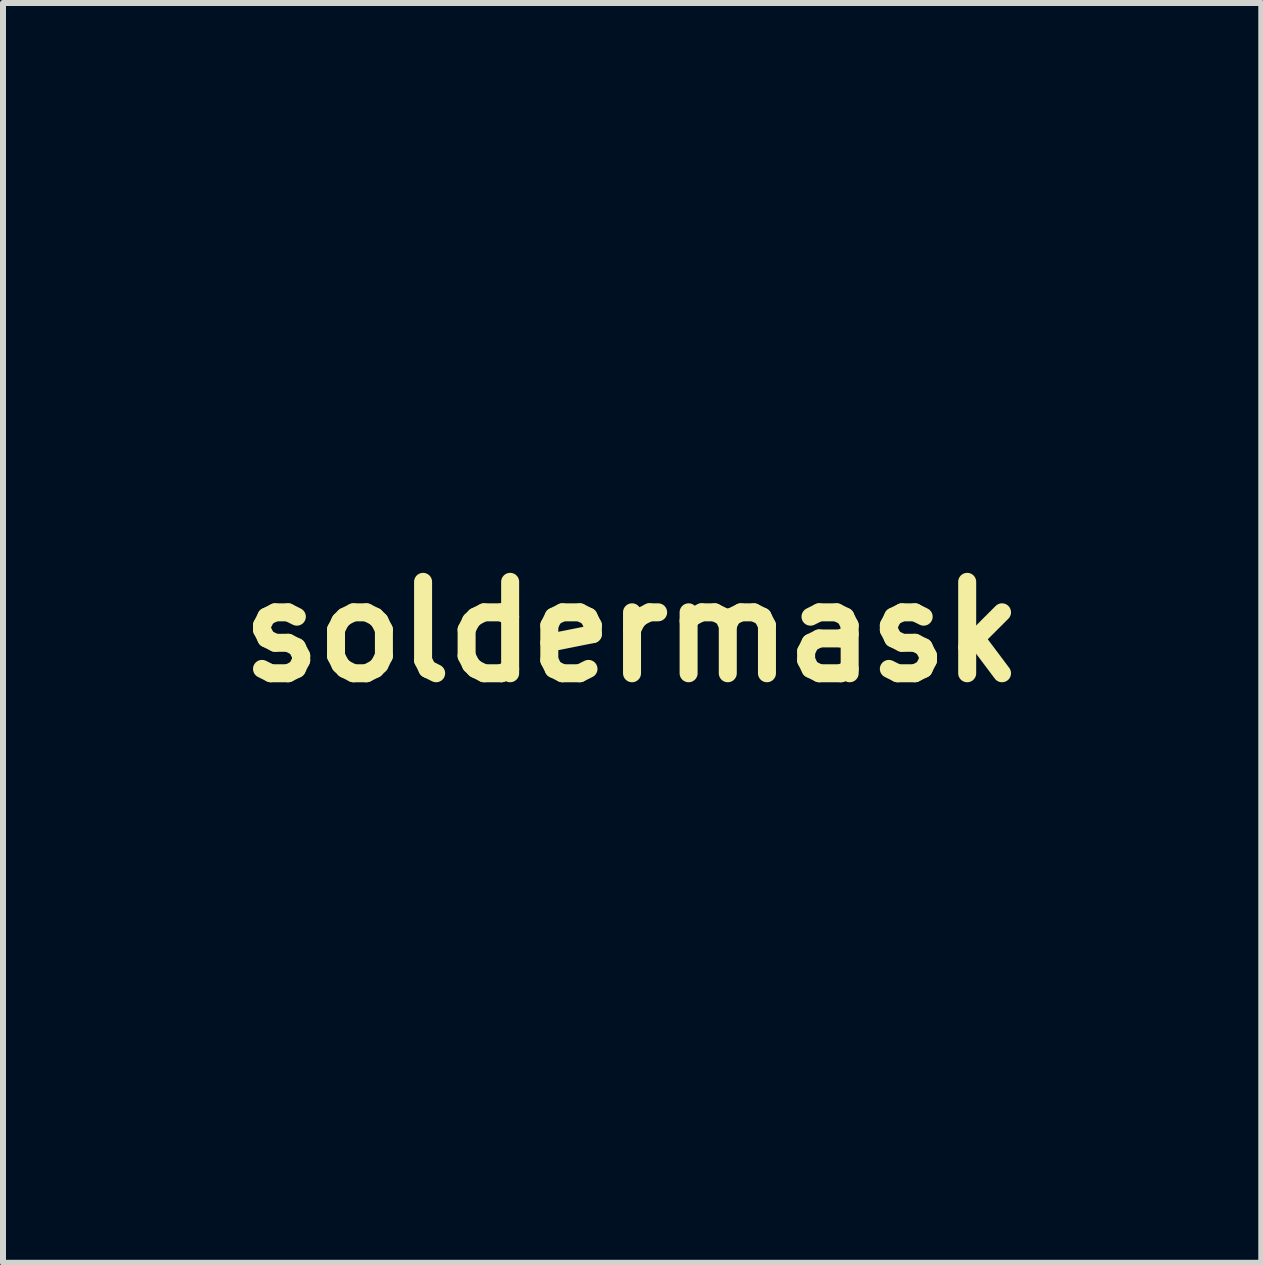
<source format=kicad_pcb>
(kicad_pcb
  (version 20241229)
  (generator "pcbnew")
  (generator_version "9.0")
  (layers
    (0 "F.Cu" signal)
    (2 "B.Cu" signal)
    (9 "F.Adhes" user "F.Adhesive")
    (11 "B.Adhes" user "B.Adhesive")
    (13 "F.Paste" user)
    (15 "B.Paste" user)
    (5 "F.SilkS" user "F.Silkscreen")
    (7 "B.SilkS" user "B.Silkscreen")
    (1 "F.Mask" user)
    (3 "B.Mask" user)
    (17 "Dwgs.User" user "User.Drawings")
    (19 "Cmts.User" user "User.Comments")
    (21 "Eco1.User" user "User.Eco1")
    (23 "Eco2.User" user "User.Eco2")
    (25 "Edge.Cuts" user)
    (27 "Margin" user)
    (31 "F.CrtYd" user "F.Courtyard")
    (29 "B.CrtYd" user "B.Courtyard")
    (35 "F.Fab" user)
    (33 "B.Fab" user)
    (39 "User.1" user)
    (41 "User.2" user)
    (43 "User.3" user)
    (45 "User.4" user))
  (footprint "soldermask"
    (layer "F.Cu")
    (at 7.487 7.485)
    (property "Reference" "soldermask" (at 0 0 0) (layer "F.SilkS") (effects (font (size 1.524 1.524) (thickness 0.3))))
    (attr through_hole)
    (fp_poly (pts (xy 1.779 -3.912) (xy 2.029 -3.737) (xy 2.179 -3.491) (xy 2.201 -3.344) (xy 2.128 -3.074) (xy 1.936 -2.868) (xy 1.671 -2.741) (xy 1.376 -2.71) (xy 1.097 -2.789) (xy 0.946 -2.905) (xy 0.786 -3.176) (xy 0.771 -3.455) (xy 0.884 -3.707) (xy 1.104 -3.893) (xy 1.416 -3.978) (xy 1.47 -3.979) (xy 1.779 -3.912)) (stroke (width 0.01) (type solid)) (fill yes) (layer "F.Mask"))
    (fp_poly (pts (xy -0.62 -3.944) (xy -0.419 -3.819) (xy -0.297 -3.613) (xy -0.241 -3.317) (xy -0.302 -3.033) (xy -0.462 -2.823) (xy -0.511 -2.792) (xy -0.753 -2.723) (xy -1.043 -2.717) (xy -1.297 -2.772) (xy -1.377 -2.815) (xy -1.567 -3.057) (xy -1.623 -3.364) (xy -1.567 -3.61) (xy -1.425 -3.838) (xy -1.214 -3.952) (xy -0.931 -3.979) (xy -0.62 -3.944)) (stroke (width 0.01) (type solid)) (fill yes) (layer "F.Mask"))
    (fp_poly (pts (xy 2.705 -2.155) (xy 2.812 -2.044) (xy 2.795 -1.91) (xy 2.753 -1.864) (xy 2.645 -1.694) (xy 2.625 -1.583) (xy 2.565 -1.308) (xy 2.406 -0.977) (xy 2.179 -0.644) (xy 1.932 -0.377) (xy 1.406 -0.009) (xy 0.813 0.22) (xy 0.189 0.301) (xy -0.31 0.253) (xy -0.792 0.093) (xy -1.245 -0.167) (xy -1.641 -0.5) (xy -1.95 -0.879) (xy -2.146 -1.276) (xy -2.201 -1.602) (xy -2.268 -1.78) (xy -2.345 -1.85) (xy -2.441 -1.935) (xy -2.394 -2.046) (xy -2.377 -2.066) (xy -2.189 -2.181) (xy -1.959 -2.186) (xy -1.796 -2.101) (xy -1.745 -1.99) (xy -1.83 -1.852) (xy -1.911 -1.727) (xy -1.912 -1.575) (xy -1.86 -1.388) (xy -1.688 -1.054) (xy -1.411 -0.705) (xy -1.076 -0.392) (xy -0.734 -0.169) (xy -0.695 -0.151) (xy -0.293 -0.035) (xy 0.183 0.008) (xy 0.656 -0.023) (xy 1.039 -0.124) (xy 1.492 -0.394) (xy 1.888 -0.781) (xy 2.177 -1.234) (xy 2.197 -1.279) (xy 2.299 -1.533) (xy 2.333 -1.686) (xy 2.302 -1.79) (xy 2.251 -1.855) (xy 2.181 -2.015) (xy 2.258 -2.14) (xy 2.459 -2.2) (xy 2.504 -2.201) (xy 2.705 -2.155)) (stroke (width 0.01) (type solid)) (fill yes) (layer "F.Mask"))
    (fp_poly (pts (xy 0.908 -7.44) (xy 1.519 -7.358) (xy 1.82 -7.291) (xy 2.874 -6.928) (xy 3.859 -6.426) (xy 4.754 -5.798) (xy 5.54 -5.058) (xy 6.003 -4.495) (xy 6.602 -3.551) (xy 7.045 -2.566) (xy 7.337 -1.556) (xy 7.482 -0.533) (xy 7.486 0.488) (xy 7.352 1.493) (xy 7.086 2.468) (xy 6.692 3.399) (xy 6.175 4.273) (xy 5.54 5.075) (xy 4.791 5.792) (xy 3.933 6.41) (xy 2.971 6.914) (xy 2.056 7.248) (xy 1.489 7.378) (xy 0.83 7.467) (xy 0.134 7.513) (xy -0.542 7.511) (xy -1.144 7.461) (xy -1.43 7.41) (xy -2.563 7.073) (xy -3.603 6.601) (xy -4.541 5.999) (xy -5.371 5.275) (xy -6.085 4.433) (xy -6.675 3.48) (xy -6.743 3.339) (xy -5.746 3.339) (xy -5.704 3.674) (xy -5.526 3.949) (xy -5.229 4.133) (xy -4.953 4.192) (xy -4.898 4.262) (xy -4.905 4.322) (xy -4.936 4.482) (xy -4.969 4.725) (xy -4.975 4.786) (xy -4.94 5.12) (xy -4.784 5.376) (xy -4.543 5.534) (xy -4.255 5.574) (xy -3.955 5.475) (xy -3.867 5.415) (xy -3.661 5.154) (xy -3.581 4.823) (xy -3.636 4.48) (xy -3.668 4.408) (xy -3.739 4.226) (xy -3.744 4.12) (xy -3.739 4.115) (xy -3.65 4.068) (xy -3.433 3.955) (xy -3.108 3.787) (xy -2.697 3.576) (xy -2.222 3.333) (xy -1.904 3.171) (xy -1.4 2.912) (xy -0.946 2.677) (xy -0.564 2.478) (xy -0.276 2.325) (xy -0.104 2.231) (xy -0.064 2.207) (xy -0.103 2.144) (xy -0.26 2.028) (xy -0.505 1.88) (xy -0.567 1.846) (xy -1.132 1.539) (xy -2.717 2.332) (xy -4.303 3.126) (xy -4.442 2.914) (xy -4.682 2.675) (xy -4.97 2.578) (xy -5.262 2.62) (xy -5.517 2.8) (xy -5.634 2.971) (xy -5.746 3.339) (xy -6.743 3.339) (xy -6.865 3.089) (xy -7.162 2.329) (xy -7.356 1.565) (xy -7.459 0.744) (xy -7.482 0.042) (xy -7.414 -1.092) (xy -7.395 -1.19) (xy -6.457 -1.19) (xy -6.395 -0.868) (xy -6.201 -0.587) (xy -6.187 -0.574) (xy -5.991 -0.425) (xy -5.826 -0.344) (xy -5.793 -0.339) (xy -5.541 -0.404) (xy -5.28 -0.572) (xy -5.153 -0.702) (xy -5.121 -0.737) (xy -5.081 -0.758) (xy -5.02 -0.761) (xy -4.928 -0.74) (xy -4.793 -0.689) (xy -4.604 -0.602) (xy -4.349 -0.473) (xy -4.017 -0.296) (xy -3.598 -0.067) (xy -3.079 0.221) (xy -2.449 0.575) (xy -1.697 0.998) (xy -0.812 1.498) (xy -0.581 1.629) (xy 3.852 4.135) (xy 3.824 4.514) (xy 3.842 4.838) (xy 3.927 5.14) (xy 4.06 5.366) (xy 4.168 5.447) (xy 4.457 5.493) (xy 4.705 5.407) (xy 4.769 5.35) (xy 4.981 5.001) (xy 5.03 4.613) (xy 4.973 4.348) (xy 4.858 4.013) (xy 5.082 4.046) (xy 5.35 4.003) (xy 5.549 3.871) (xy 5.749 3.603) (xy 5.802 3.298) (xy 5.708 3.002) (xy 5.558 2.825) (xy 5.274 2.657) (xy 4.993 2.654) (xy 4.697 2.816) (xy 4.662 2.845) (xy 4.401 3.065) (xy 2.696 2.104) (xy 2.122 1.777) (xy 1.689 1.522) (xy 1.39 1.333) (xy 1.215 1.206) (xy 1.157 1.135) (xy 1.183 1.115) (xy 1.373 1.129) (xy 1.466 1.178) (xy 1.543 1.232) (xy 1.647 1.251) (xy 1.798 1.229) (xy 2.012 1.159) (xy 2.308 1.035) (xy 2.704 0.85) (xy 3.217 0.597) (xy 3.709 0.35) (xy 4.277 0.063) (xy 4.712 -0.154) (xy 5.034 -0.308) (xy 5.262 -0.407) (xy 5.414 -0.458) (xy 5.509 -0.469) (xy 5.565 -0.446) (xy 5.602 -0.397) (xy 5.607 -0.388) (xy 5.826 -0.124) (xy 6.101 -0.002) (xy 6.396 -0.028) (xy 6.672 -0.204) (xy 6.723 -0.26) (xy 6.912 -0.591) (xy 6.936 -0.926) (xy 6.796 -1.244) (xy 6.695 -1.361) (xy 6.494 -1.519) (xy 6.302 -1.604) (xy 6.263 -1.609) (xy 6.133 -1.636) (xy 6.139 -1.739) (xy 6.147 -1.757) (xy 6.193 -1.94) (xy 6.215 -2.19) (xy 6.215 -2.22) (xy 6.147 -2.553) (xy 5.968 -2.797) (xy 5.715 -2.938) (xy 5.425 -2.958) (xy 5.136 -2.84) (xy 5.026 -2.747) (xy 4.884 -2.569) (xy 4.836 -2.374) (xy 4.846 -2.176) (xy 4.882 -1.921) (xy 4.928 -1.725) (xy 4.94 -1.692) (xy 4.93 -1.613) (xy 4.823 -1.512) (xy 4.6 -1.375) (xy 4.241 -1.187) (xy 4.191 -1.163) (xy 3.857 -0.999) (xy 3.583 -0.867) (xy 3.401 -0.784) (xy 3.345 -0.762) (xy 3.342 -0.829) (xy 3.386 -0.972) (xy 3.443 -1.167) (xy 3.509 -1.458) (xy 3.56 -1.722) (xy 3.599 -2.426) (xy 3.479 -3.125) (xy 3.209 -3.794) (xy 2.797 -4.409) (xy 2.457 -4.769) (xy 2.006 -5.138) (xy 1.561 -5.392) (xy 1.075 -5.545) (xy 0.5 -5.617) (xy 0.127 -5.627) (xy -0.279 -5.624) (xy -0.571 -5.604) (xy -0.807 -5.557) (xy -1.043 -5.472) (xy -1.29 -5.36) (xy -1.94 -4.961) (xy -2.49 -4.434) (xy -2.918 -3.803) (xy -2.989 -3.661) (xy -3.111 -3.391) (xy -3.19 -3.167) (xy -3.234 -2.937) (xy -3.255 -2.648) (xy -3.26 -2.25) (xy -3.26 -2.18) (xy -3.261 -1.811) (xy -3.264 -1.513) (xy -3.269 -1.322) (xy -3.273 -1.27) (xy -3.348 -1.309) (xy -3.533 -1.413) (xy -3.795 -1.563) (xy -3.892 -1.619) (xy -4.201 -1.806) (xy -4.378 -1.942) (xy -4.444 -2.044) (xy -4.436 -2.106) (xy -4.386 -2.28) (xy -4.342 -2.526) (xy -4.338 -2.559) (xy -4.335 -2.791) (xy -4.416 -2.972) (xy -4.557 -3.13) (xy -4.835 -3.333) (xy -5.109 -3.37) (xy -5.4 -3.241) (xy -5.506 -3.16) (xy -5.663 -3.013) (xy -5.738 -2.875) (xy -5.752 -2.68) (xy -5.739 -2.486) (xy -5.723 -2.223) (xy -5.745 -2.079) (xy -5.823 -2.002) (xy -5.935 -1.957) (xy -6.218 -1.779) (xy -6.395 -1.509) (xy -6.457 -1.19) (xy -7.395 -1.19) (xy -7.204 -2.14) (xy -6.845 -3.115) (xy -6.332 -4.029) (xy -5.661 -4.894) (xy -5.289 -5.289) (xy -4.475 -6.008) (xy -3.611 -6.579) (xy -2.669 -7.019) (xy -1.639 -7.338) (xy -1.102 -7.43) (xy -0.461 -7.477) (xy 0.228 -7.48) (xy 0.908 -7.44)) (stroke (width 0.01) (type solid)) (fill yes) (layer "F.Mask")))
  (gr_rect
    (start -3 -3)
    (end 17.978 18.003)
    (stroke (width 0.1) (type default))
    (fill no)
    (layer "Edge.Cuts")))
</source>
